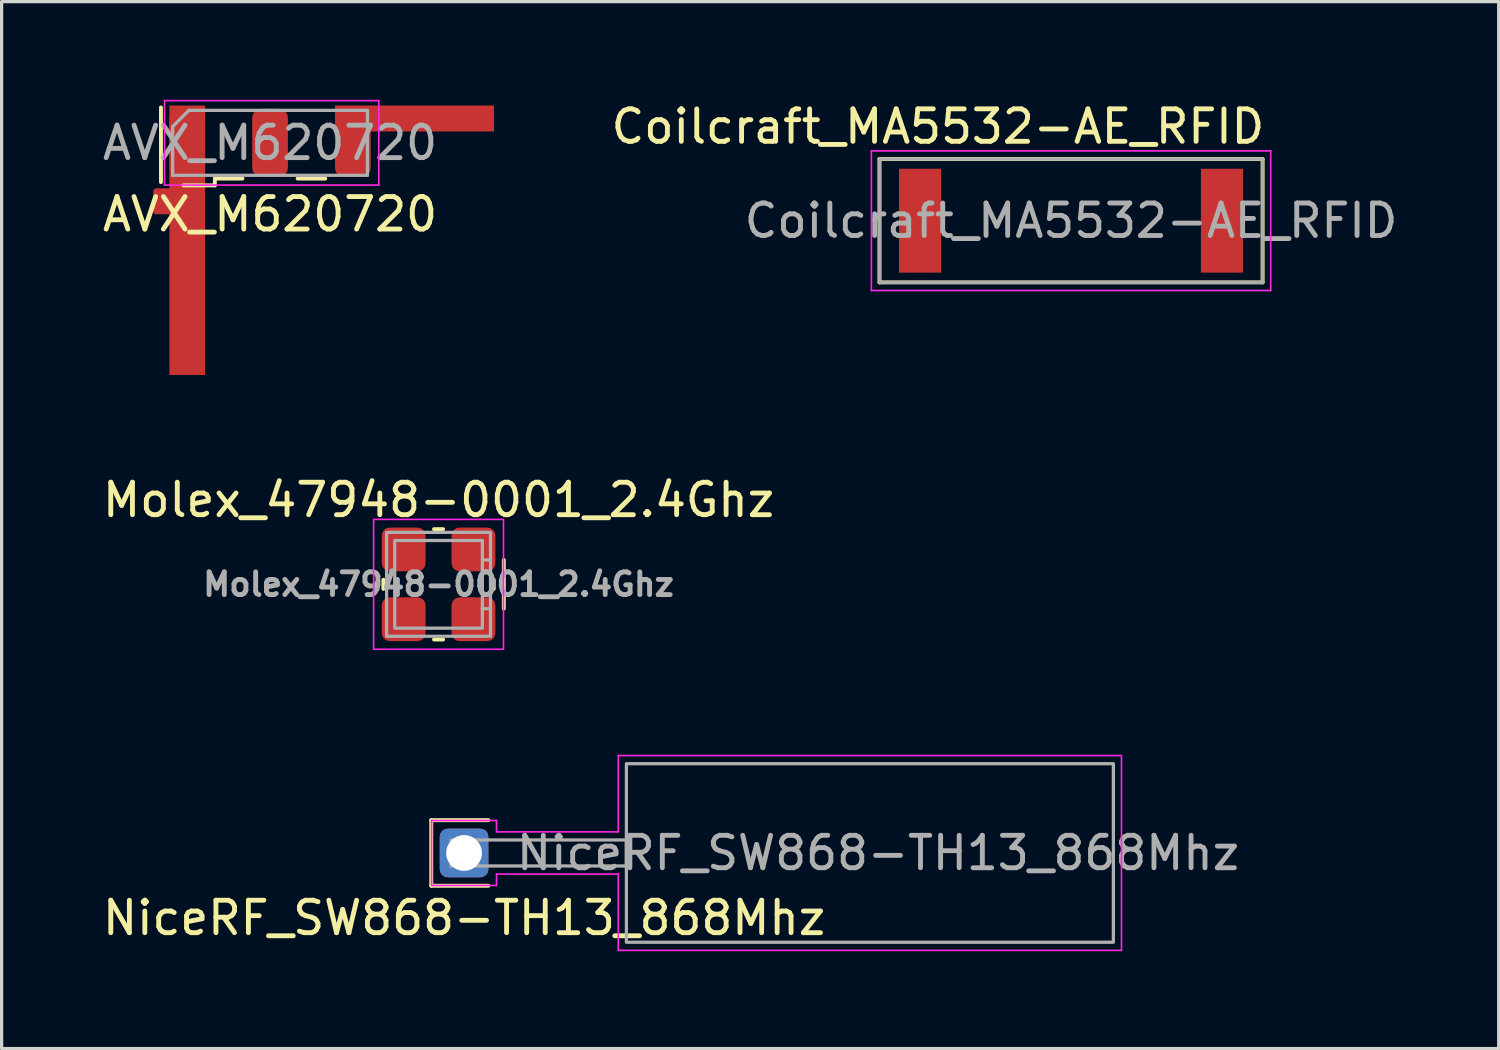
<source format=kicad_pcb>
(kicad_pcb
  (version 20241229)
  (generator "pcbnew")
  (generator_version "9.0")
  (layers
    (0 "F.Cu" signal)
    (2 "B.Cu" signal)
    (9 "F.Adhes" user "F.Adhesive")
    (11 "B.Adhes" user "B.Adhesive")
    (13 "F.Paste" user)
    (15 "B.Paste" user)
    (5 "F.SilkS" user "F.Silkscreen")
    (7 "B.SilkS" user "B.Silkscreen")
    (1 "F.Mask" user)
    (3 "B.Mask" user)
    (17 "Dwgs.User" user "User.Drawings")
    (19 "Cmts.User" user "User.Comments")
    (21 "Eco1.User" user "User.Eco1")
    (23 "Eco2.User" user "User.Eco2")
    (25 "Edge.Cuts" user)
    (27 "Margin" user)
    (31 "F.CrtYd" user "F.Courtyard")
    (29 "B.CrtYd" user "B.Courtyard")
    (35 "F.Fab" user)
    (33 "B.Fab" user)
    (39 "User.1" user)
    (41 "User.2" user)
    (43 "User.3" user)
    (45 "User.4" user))
  (footprint "NiceRF_SW868-TH13_868Mhz"
    (layer "F.Cu")
    (at 11.244 23.223)
    (property "Reference" "NiceRF_SW868-TH13_868Mhz" (at 0 2 0) (layer "F.SilkS") (effects (font (size 1 1) (thickness 0.15))))
    (attr through_hole)
    (fp_line (start -1.01 -1.01) (end 0.75 -1.01) (stroke (width 0.12) (type default)) (layer "F.SilkS"))
    (fp_line (start -1.01 1.01) (end -1.01 -1.01) (stroke (width 0.12) (type default)) (layer "F.SilkS"))
    (fp_line (start 0.75 1.01) (end -1.01 1.01) (stroke (width 0.12) (type default)) (layer "F.SilkS"))
    (fp_line (start -1 -1) (end 1 -1) (stroke (width 0.05) (type default)) (layer "F.CrtYd"))
    (fp_line (start -1 1) (end -1 -1) (stroke (width 0.05) (type default)) (layer "F.CrtYd"))
    (fp_line (start 1 -1) (end 1 -0.65) (stroke (width 0.05) (type default)) (layer "F.CrtYd"))
    (fp_line (start 1 -0.65) (end 4.75 -0.65) (stroke (width 0.05) (type default)) (layer "F.CrtYd"))
    (fp_line (start 1 0.65) (end 1 1) (stroke (width 0.05) (type default)) (layer "F.CrtYd"))
    (fp_line (start 1 0.65) (end 4.75 0.65) (stroke (width 0.05) (type default)) (layer "F.CrtYd"))
    (fp_line (start 1 1) (end -1 1) (stroke (width 0.05) (type default)) (layer "F.CrtYd"))
    (fp_line (start 4.75 -3) (end 4.75 -0.65) (stroke (width 0.05) (type default)) (layer "F.CrtYd"))
    (fp_line (start 4.75 0.65) (end 4.75 3) (stroke (width 0.05) (type default)) (layer "F.CrtYd"))
    (fp_line (start 4.75 3) (end 20.25 3) (stroke (width 0.05) (type default)) (layer "F.CrtYd"))
    (fp_line (start 20.25 -3) (end 4.75 -3) (stroke (width 0.05) (type default)) (layer "F.CrtYd"))
    (fp_line (start 20.25 3) (end 20.25 -3) (stroke (width 0.05) (type default)) (layer "F.CrtYd"))
    (fp_rect (start -0.4 -0.4) (end 5 0.4) (stroke (width 0.1) (type default)) (fill no) (layer "F.Fab"))
    (fp_rect (start 20 -2.75) (end 5 2.75) (stroke (width 0.1) (type default)) (fill no) (layer "F.Fab"))
    (fp_text user "${REFERENCE}" (at 12.75 0 0) (layer "F.Fab") (effects (font (size 1 1) (thickness 0.15))))
    (pad "1" thru_hole roundrect (at 0 0 270) (size 1.5 1.5) (drill 1.1) (layers "*.Cu" "*.Mask") (roundrect_rratio 0.164)))
  (footprint "AVX_M620720"
    (layer "F.Cu")
    (at 5.268 1.35)
    (property "Reference" "AVX_M620720" (at 0 2.2 0) (layer "F.SilkS") (effects (font (size 1 1) (thickness 0.15))))
    (attr smd)
    (fp_line (start -3.36 -1.09) (end -3.36 1.21) (stroke (width 0.12) (type solid)) (layer "F.SilkS"))
    (fp_line (start -1.7 1.1) (end -1.7 1.31) (stroke (width 0.12) (type default)) (layer "F.SilkS"))
    (fp_line (start -1.7 1.1) (end -0.85 1.1) (stroke (width 0.12) (type solid)) (layer "F.SilkS"))
    (fp_line (start -1.7 1.31) (end -2.67 1.31) (stroke (width 0.12) (type default)) (layer "F.SilkS"))
    (fp_line (start 0.85 1.1) (end 1.7 1.1) (stroke (width 0.12) (type solid)) (layer "F.SilkS"))
    (fp_line (start -3.25 -1.3) (end 3.35 -1.3) (stroke (width 0.05) (type solid)) (layer "F.CrtYd"))
    (fp_line (start -3.25 1.3) (end -3.25 -1.3) (stroke (width 0.05) (type solid)) (layer "F.CrtYd"))
    (fp_line (start 3.35 -1.3) (end 3.35 1.3) (stroke (width 0.05) (type solid)) (layer "F.CrtYd"))
    (fp_line (start 3.35 1.3) (end -3.25 1.3) (stroke (width 0.05) (type solid)) (layer "F.CrtYd"))
    (fp_line (start -3 1) (end -3 -0.5) (stroke (width 0.1) (type solid)) (layer "F.Fab"))
    (fp_line (start -2.5 -1) (end -3 -0.5) (stroke (width 0.1) (type default)) (layer "F.Fab"))
    (fp_line (start -2.5 -1) (end 3 -1) (stroke (width 0.1) (type solid)) (layer "F.Fab"))
    (fp_line (start 3 -1) (end 3 1) (stroke (width 0.1) (type solid)) (layer "F.Fab"))
    (fp_line (start 3 1) (end -3 1) (stroke (width 0.1) (type solid)) (layer "F.Fab"))
    (fp_text user "${REFERENCE}" (at 0 0 0) (layer "F.Fab") (effects (font (size 1 1) (thickness 0.15))))
    (pad "1" smd roundrect (at -3.3 1.8) (size 0.6 0.8) (layers "F.Cu") (roundrect_rratio 0.167))
    (pad "1" smd roundrect (at -2.55 0) (size 1.1 2.1) (layers "F.Cu" "F.Mask" "F.Paste") (roundrect_rratio 0.227))
    (pad "1" smd rect (at -2.55 3) (size 1.1 8.3) (layers "F.Cu"))
    (pad "2" smd roundrect (at 2.55 0) (size 1.1 2.1) (layers "F.Cu" "F.Mask" "F.Paste") (roundrect_rratio 0.25))
    (pad "2" smd rect (at 4.45 -0.75) (size 4.9 0.8) (layers "F.Cu"))
    (pad "3" smd roundrect (at 0 0) (size 1.1 2.1) (layers "F.Cu" "F.Mask" "F.Paste") (roundrect_rratio 0.25))
    (zone (net_name "") (layer "F.Cu") (hatch edge 0.5) (connect_pads) (min_thickness 0.25) (filled_areas_thickness no) (keepout (tracks not_allowed) (vias not_allowed) (pads not_allowed) (copperpour not_allowed) (footprints allowed)) (placement (enabled no)) (fill) (polygon (pts (xy 1.168 0) (xy 2.158 0) (xy 2.158 2.74) (xy 1.168 2.74))))
    (zone (net_name "") (layer "F.Cu") (hatch edge 0.5) (connect_pads) (min_thickness 0.25) (filled_areas_thickness no) (keepout (tracks allowed) (vias not_allowed) (pads allowed) (copperpour not_allowed) (footprints allowed)) (placement (enabled no)) (fill) (polygon (pts (xy 1.168 3.56) (xy 1.658 3.56) (xy 1.658 2.74) (xy 1.168 2.74))))
    (zone (net_name "") (layer "F.Cu") (hatch edge 0.5) (connect_pads) (min_thickness 0.25) (filled_areas_thickness no) (keepout (tracks not_allowed) (vias not_allowed) (pads not_allowed) (copperpour not_allowed) (footprints allowed)) (placement (enabled no)) (fill) (polygon (pts (xy 1.168 8.5) (xy 2.158 8.5) (xy 2.158 3.56) (xy 1.168 3.56))))
    (zone (net_name "") (layer "F.Cu") (hatch edge 0.5) (connect_pads) (min_thickness 0.25) (filled_areas_thickness no) (keepout (tracks allowed) (vias not_allowed) (pads allowed) (copperpour not_allowed) (footprints allowed)) (placement (enabled no)) (fill) (polygon (pts (xy 12.178 0.19) (xy 12.668 0.19) (xy 12.668 1.01) (xy 12.178 1.01))))
    (zone (net_name "") (layer "F.Cu") (hatch edge 0.5) (connect_pads) (min_thickness 0.25) (filled_areas_thickness no) (keepout (tracks not_allowed) (vias not_allowed) (pads not_allowed) (copperpour not_allowed) (footprints allowed)) (placement (enabled no)) (fill) (polygon (pts (xy 2.158 0) (xy 2.158 0.29) (xy 7.258 0.29) (xy 7.258 0.19) (xy 12.178 0.19) (xy 12.668 0.19) (xy 12.668 0))))
    (zone (net_name "") (layer "F.Cu") (hatch edge 0.508) (connect_pads) (min_thickness 0.254) (filled_areas_thickness no) (keepout (tracks not_allowed) (vias not_allowed) (pads not_allowed) (copperpour not_allowed) (footprints allowed)) (placement (enabled no)) (fill) (polygon (pts (xy 4.708 2.41) (xy 5.838 2.41) (xy 5.838 0.29) (xy 7.258 0.29) (xy 7.258 2.41) (xy 8.388 2.41) (xy 8.388 1.01) (xy 12.168 1.01) (xy 12.668 1.01) (xy 12.668 8.5) (xy 3.288 8.5) (xy 3.288 0.29) (xy 4.708 0.29))))
    (zone (net_name "") (layers "B.Cu" "Dwgs.User") (hatch edge 0.508) (connect_pads) (min_thickness 0.254) (filled_areas_thickness no) (keepout (tracks not_allowed) (vias not_allowed) (pads not_allowed) (copperpour not_allowed) (footprints allowed)) (placement (enabled no)) (fill) (polygon (pts (xy 12.668 8.5) (xy 1.168 8.5) (xy 1.168 0) (xy 12.668 0)))))
  (footprint "Molex_47948-0001_2.4Ghz"
    (layer "F.Cu")
    (at 10.458 14.948)
    (property "Reference" "Molex_47948-0001_2.4Ghz" (at 0 -2.6 0) (unlocked yes) (layer "F.SilkS") (effects (font (size 1 1) (thickness 0.15))))
    (attr smd)
    (fp_line (start -1.7 0.14) (end -1.7 -0.14) (stroke (width 0.12) (type default)) (layer "F.SilkS"))
    (fp_line (start -0.14 -1.7) (end 0.14 -1.7) (stroke (width 0.12) (type default)) (layer "F.SilkS"))
    (fp_line (start -0.14 1.7) (end 0.14 1.7) (stroke (width 0.12) (type default)) (layer "F.SilkS"))
    (fp_line (start 1.7 0.14) (end 1.7 -0.14) (stroke (width 0.12) (type default)) (layer "F.SilkS"))
    (fp_line (start 2.01 0.75) (end 2.01 -0.75) (stroke (width 0.12) (type default)) (layer "F.SilkS"))
    (fp_rect (start -2 -2) (end 2 2) (stroke (width 0.05) (type default)) (fill no) (layer "F.CrtYd"))
    (fp_line (start 1.35 -0.75) (end 1.6 -0.75) (stroke (width 0.1) (type default)) (layer "F.Fab"))
    (fp_line (start 1.35 0.75) (end 1.6 0.75) (stroke (width 0.1) (type default)) (layer "F.Fab"))
    (fp_rect (start -1.6 -1.6) (end 1.6 1.6) (stroke (width 0.1) (type default)) (fill no) (layer "F.Fab"))
    (fp_rect (start -1.35 -1.35) (end 1.35 1.35) (stroke (width 0.1) (type default)) (fill no) (layer "F.Fab"))
    (fp_rect (start -0.4 -1.6) (end -0.4 -1.6) (stroke (width 0.1) (type default)) (fill no) (layer "F.Fab"))
    (fp_text user "${REFERENCE}" (at 0 0 0) (unlocked yes) (layer "F.Fab") (effects (font (size 0.7 0.7) (thickness 0.15))))
    (pad "1" smd roundrect (at -1.075 -1.075) (size 1.35 1.35) (layers "F.Cu" "F.Mask" "F.Paste") (roundrect_rratio 0.185))
    (pad "MP" smd roundrect (at -1.075 1.075) (size 1.35 1.35) (layers "F.Cu" "F.Mask" "F.Paste") (roundrect_rratio 0.185))
    (pad "MP" smd roundrect (at 1.075 -1.075) (size 1.35 1.35) (layers "F.Cu" "F.Mask" "F.Paste") (roundrect_rratio 0.185))
    (pad "MP" smd roundrect (at 1.075 1.075) (size 1.35 1.35) (layers "F.Cu" "F.Mask" "F.Paste") (roundrect_rratio 0.185))
    (zone (net_name "") (layers "F.Cu" "B.Cu") (hatch edge 0.508) (connect_pads) (min_thickness 0.254) (filled_areas_thickness no) (keepout (tracks not_allowed) (vias not_allowed) (pads not_allowed) (copperpour not_allowed) (footprints allowed)) (placement (enabled no)) (fill) (polygon (pts (xy 8.208 12.698) (xy 8.208 17.198) (xy 12.708 17.198) (xy 12.708 12.698) (xy 10.058 12.698) (xy 10.058 13.148) (xy 12.258 13.148) (xy 12.258 16.748) (xy 8.658 16.798) (xy 8.658 12.698))))
    (zone (net_name "") (layers "F.Cu" "B.Cu") (hatch edge 0.508) (connect_pads) (min_thickness 0.254) (filled_areas_thickness no) (keepout (tracks not_allowed) (vias not_allowed) (pads not_allowed) (copperpour not_allowed) (footprints allowed)) (placement (enabled no)) (fill) (polygon (pts (xy 10.108 13.198) (xy 10.108 14.598) (xy 8.708 14.598) (xy 8.708 15.298) (xy 10.108 15.298) (xy 10.108 16.698) (xy 10.808 16.698) (xy 10.808 15.298) (xy 12.208 15.298) (xy 12.208 14.598) (xy 10.808 14.598) (xy 10.808 13.198))))
    (zone (net_name "") (layers "B.Cu" "F.SilkS") (hatch edge 0.508) (connect_pads) (min_thickness 0.254) (filled_areas_thickness no) (keepout (tracks not_allowed) (vias not_allowed) (pads not_allowed) (copperpour not_allowed) (footprints allowed)) (placement (enabled no)) (fill) (polygon (pts (xy 8.658 12.698) (xy 8.658 14.598) (xy 10.108 14.598) (xy 10.108 12.698)))))
  (footprint "Coilcraft_MA5532-AE_RFID"
    (layer "F.Cu")
    (at 29.94 3.748)
    (property "Reference" "Coilcraft_MA5532-AE_RFID" (at -4.1 -2.9 0) (layer "F.SilkS") (effects (font (size 1 1) (thickness 0.15))))
    (attr smd)
    (fp_line (start -5.9 -1.9) (end -5.9 1.9) (stroke (width 0.12) (type solid)) (layer "F.SilkS"))
    (fp_line (start -5.9 1.9) (end 5.9 1.9) (stroke (width 0.12) (type solid)) (layer "F.SilkS"))
    (fp_line (start 5.9 -1.9) (end -5.9 -1.9) (stroke (width 0.12) (type solid)) (layer "F.SilkS"))
    (fp_line (start 5.9 1.9) (end 5.9 -1.9) (stroke (width 0.12) (type solid)) (layer "F.SilkS"))
    (fp_line (start -6.15 -2.15) (end -6.15 2.15) (stroke (width 0.05) (type solid)) (layer "F.CrtYd"))
    (fp_line (start -6.15 2.15) (end 6.15 2.15) (stroke (width 0.05) (type solid)) (layer "F.CrtYd"))
    (fp_line (start 6.15 -2.15) (end -6.15 -2.15) (stroke (width 0.05) (type solid)) (layer "F.CrtYd"))
    (fp_line (start 6.15 2.15) (end 6.15 -2.15) (stroke (width 0.05) (type solid)) (layer "F.CrtYd"))
    (fp_line (start -5.9 -1.9) (end 5.9 -1.9) (stroke (width 0.1) (type solid)) (layer "F.Fab"))
    (fp_line (start -5.9 1.9) (end -5.9 -1.9) (stroke (width 0.1) (type solid)) (layer "F.Fab"))
    (fp_line (start 5.9 -1.9) (end 5.9 1.9) (stroke (width 0.1) (type solid)) (layer "F.Fab"))
    (fp_line (start 5.9 1.9) (end -5.9 1.9) (stroke (width 0.1) (type solid)) (layer "F.Fab"))
    (fp_text user "${REFERENCE}" (at 0 0 0) (layer "F.Fab") (effects (font (size 1 1) (thickness 0.15))))
    (pad "1" smd rect (at -4.65 0) (size 1.3 3.2) (layers "F.Cu" "F.Mask" "F.Paste"))
    (pad "2" smd rect (at 4.65 0) (size 1.3 3.2) (layers "F.Cu" "F.Mask" "F.Paste")))
  (gr_rect
    (start -3 -3)
    (end 43.113 29.248)
    (stroke (width 0.1) (type default))
    (fill no)
    (layer "Edge.Cuts")))
</source>
